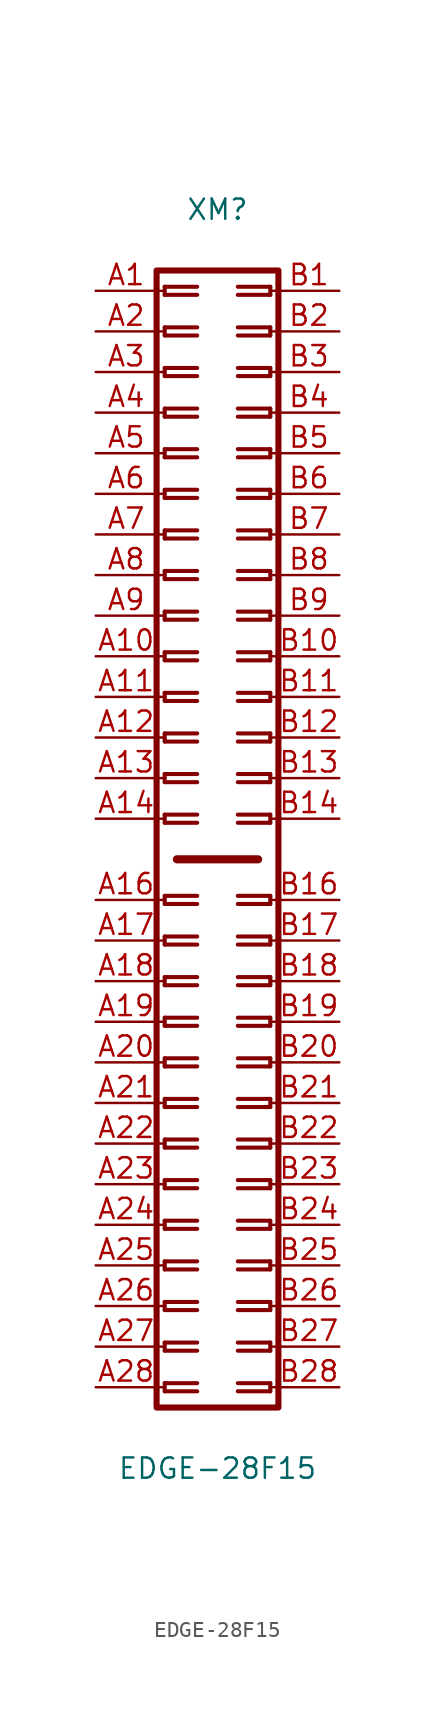
<source format=kicad_sym>
(kicad_symbol_lib
  (version 20231120)
  (generator "kicad_symbol_editor")
  (generator_version "8.0")
  (symbol "EDGE-28F15"
    (pin_names
      (offset 1.016))
    (property "Reference" "XM"
      (at 0 39.37 0)
      (effects (font (size 1.27 1.27))))
    (property "Value" "EDGE-28F15"
      (at 0 -39.37 0)
      (effects (font (size 1.27 1.27))))
    (symbol "EDGE-28F15_0_0"
      (polyline (pts (xy -2.54 -1.27) (xy 2.54 -1.27)) (stroke (width 0.508) (type default)) (fill (type none))))
    (symbol "EDGE-28F15_0_1"
      (rectangle (start -3.81 35.56) (end 3.81 -35.56) (stroke (width 0.381) (type default)) (fill (type none)))
      (polyline (pts (xy -3.81 -34.29) (xy -3.302 -34.29)) (stroke (width 0) (type default)) (fill (type none)))
      (polyline (pts (xy -3.81 -31.75) (xy -3.302 -31.75)) (stroke (width 0) (type default)) (fill (type none)))
      (polyline (pts (xy -3.81 -29.21) (xy -3.302 -29.21)) (stroke (width 0) (type default)) (fill (type none)))
      (polyline (pts (xy -3.81 -26.67) (xy -3.302 -26.67)) (stroke (width 0) (type default)) (fill (type none)))
      (polyline (pts (xy -3.81 -24.13) (xy -3.302 -24.13)) (stroke (width 0) (type default)) (fill (type none)))
      (polyline (pts (xy -3.81 -21.59) (xy -3.302 -21.59)) (stroke (width 0) (type default)) (fill (type none)))
      (polyline (pts (xy -3.81 -19.05) (xy -3.302 -19.05)) (stroke (width 0) (type default)) (fill (type none)))
      (polyline (pts (xy -3.81 -16.51) (xy -3.302 -16.51)) (stroke (width 0) (type default)) (fill (type none)))
      (polyline (pts (xy -3.81 -13.97) (xy -3.302 -13.97)) (stroke (width 0) (type default)) (fill (type none)))
      (polyline (pts (xy -3.81 -11.43) (xy -3.302 -11.43)) (stroke (width 0) (type default)) (fill (type none)))
      (polyline (pts (xy -3.81 -8.89) (xy -3.302 -8.89)) (stroke (width 0) (type default)) (fill (type none)))
      (polyline (pts (xy -3.81 -6.35) (xy -3.302 -6.35)) (stroke (width 0) (type default)) (fill (type none)))
      (polyline (pts (xy -3.81 -3.81) (xy -3.302 -3.81)) (stroke (width 0) (type default)) (fill (type none)))
      (polyline (pts (xy -3.81 1.27) (xy -3.302 1.27)) (stroke (width 0) (type default)) (fill (type none)))
      (polyline (pts (xy -3.81 3.81) (xy -3.302 3.81)) (stroke (width 0) (type default)) (fill (type none)))
      (polyline (pts (xy -3.81 6.35) (xy -3.302 6.35)) (stroke (width 0) (type default)) (fill (type none)))
      (polyline (pts (xy -3.81 8.89) (xy -3.302 8.89)) (stroke (width 0) (type default)) (fill (type none)))
      (polyline (pts (xy -3.81 11.43) (xy -3.302 11.43)) (stroke (width 0) (type default)) (fill (type none)))
      (polyline (pts (xy -3.81 13.97) (xy -3.302 13.97)) (stroke (width 0) (type default)) (fill (type none)))
      (polyline (pts (xy -3.81 16.51) (xy -3.302 16.51)) (stroke (width 0) (type default)) (fill (type none)))
      (polyline (pts (xy -3.81 19.05) (xy -3.302 19.05)) (stroke (width 0) (type default)) (fill (type none)))
      (polyline (pts (xy -3.81 21.59) (xy -3.302 21.59)) (stroke (width 0) (type default)) (fill (type none)))
      (polyline (pts (xy -3.81 24.13) (xy -3.302 24.13)) (stroke (width 0) (type default)) (fill (type none)))
      (polyline (pts (xy -3.81 26.67) (xy -3.302 26.67)) (stroke (width 0) (type default)) (fill (type none)))
      (polyline (pts (xy -3.81 29.21) (xy -3.302 29.21)) (stroke (width 0) (type default)) (fill (type none)))
      (polyline (pts (xy -3.81 31.75) (xy -3.302 31.75)) (stroke (width 0) (type default)) (fill (type none)))
      (polyline (pts (xy -3.81 34.29) (xy -3.302 34.29)) (stroke (width 0) (type default)) (fill (type none)))
      (polyline (pts (xy -3.302 -34.544) (xy -3.302 -34.036)) (stroke (width 0.254) (type default)) (fill (type none)))
      (polyline (pts (xy -3.302 -34.544) (xy -1.27 -34.544)) (stroke (width 0.254) (type default)) (fill (type none)))
      (polyline (pts (xy -3.302 -34.036) (xy -1.27 -34.036)) (stroke (width 0.254) (type default)) (fill (type none)))
      (polyline (pts (xy -3.302 -32.004) (xy -3.302 -31.496)) (stroke (width 0.254) (type default)) (fill (type none)))
      (polyline (pts (xy -3.302 -32.004) (xy -1.27 -32.004)) (stroke (width 0.254) (type default)) (fill (type none)))
      (polyline (pts (xy -3.302 -31.496) (xy -1.27 -31.496)) (stroke (width 0.254) (type default)) (fill (type none)))
      (polyline (pts (xy -3.302 -29.464) (xy -3.302 -28.956)) (stroke (width 0.254) (type default)) (fill (type none)))
      (polyline (pts (xy -3.302 -29.464) (xy -1.27 -29.464)) (stroke (width 0.254) (type default)) (fill (type none)))
      (polyline (pts (xy -3.302 -28.956) (xy -1.27 -28.956)) (stroke (width 0.254) (type default)) (fill (type none)))
      (polyline (pts (xy -3.302 -26.924) (xy -3.302 -26.416)) (stroke (width 0.254) (type default)) (fill (type none)))
      (polyline (pts (xy -3.302 -26.924) (xy -1.27 -26.924)) (stroke (width 0.254) (type default)) (fill (type none)))
      (polyline (pts (xy -3.302 -26.416) (xy -1.27 -26.416)) (stroke (width 0.254) (type default)) (fill (type none)))
      (polyline (pts (xy -3.302 -24.384) (xy -3.302 -23.876)) (stroke (width 0.254) (type default)) (fill (type none)))
      (polyline (pts (xy -3.302 -24.384) (xy -1.27 -24.384)) (stroke (width 0.254) (type default)) (fill (type none)))
      (polyline (pts (xy -3.302 -23.876) (xy -1.27 -23.876)) (stroke (width 0.254) (type default)) (fill (type none)))
      (polyline (pts (xy -3.302 -21.844) (xy -3.302 -21.336)) (stroke (width 0.254) (type default)) (fill (type none)))
      (polyline (pts (xy -3.302 -21.844) (xy -1.27 -21.844)) (stroke (width 0.254) (type default)) (fill (type none)))
      (polyline (pts (xy -3.302 -21.336) (xy -1.27 -21.336)) (stroke (width 0.254) (type default)) (fill (type none)))
      (polyline (pts (xy -3.302 -19.304) (xy -3.302 -18.796)) (stroke (width 0.254) (type default)) (fill (type none)))
      (polyline (pts (xy -3.302 -19.304) (xy -1.27 -19.304)) (stroke (width 0.254) (type default)) (fill (type none)))
      (polyline (pts (xy -3.302 -18.796) (xy -1.27 -18.796)) (stroke (width 0.254) (type default)) (fill (type none)))
      (polyline (pts (xy -3.302 -16.764) (xy -3.302 -16.256)) (stroke (width 0.254) (type default)) (fill (type none)))
      (polyline (pts (xy -3.302 -16.764) (xy -1.27 -16.764)) (stroke (width 0.254) (type default)) (fill (type none)))
      (polyline (pts (xy -3.302 -16.256) (xy -1.27 -16.256)) (stroke (width 0.254) (type default)) (fill (type none)))
      (polyline (pts (xy -3.302 -14.224) (xy -3.302 -13.716)) (stroke (width 0.254) (type default)) (fill (type none)))
      (polyline (pts (xy -3.302 -14.224) (xy -1.27 -14.224)) (stroke (width 0.254) (type default)) (fill (type none)))
      (polyline (pts (xy -3.302 -13.716) (xy -1.27 -13.716)) (stroke (width 0.254) (type default)) (fill (type none)))
      (polyline (pts (xy -3.302 -11.684) (xy -3.302 -11.176)) (stroke (width 0.254) (type default)) (fill (type none)))
      (polyline (pts (xy -3.302 -11.684) (xy -1.27 -11.684)) (stroke (width 0.254) (type default)) (fill (type none)))
      (polyline (pts (xy -3.302 -11.176) (xy -1.27 -11.176)) (stroke (width 0.254) (type default)) (fill (type none)))
      (polyline (pts (xy -3.302 -9.144) (xy -3.302 -8.636)) (stroke (width 0.254) (type default)) (fill (type none)))
      (polyline (pts (xy -3.302 -9.144) (xy -1.27 -9.144)) (stroke (width 0.254) (type default)) (fill (type none)))
      (polyline (pts (xy -3.302 -8.636) (xy -1.27 -8.636)) (stroke (width 0.254) (type default)) (fill (type none)))
      (polyline (pts (xy -3.302 -6.604) (xy -3.302 -6.096)) (stroke (width 0.254) (type default)) (fill (type none)))
      (polyline (pts (xy -3.302 -6.604) (xy -1.27 -6.604)) (stroke (width 0.254) (type default)) (fill (type none)))
      (polyline (pts (xy -3.302 -6.096) (xy -1.27 -6.096)) (stroke (width 0.254) (type default)) (fill (type none)))
      (polyline (pts (xy -3.302 -4.064) (xy -3.302 -3.556)) (stroke (width 0.254) (type default)) (fill (type none)))
      (polyline (pts (xy -3.302 -4.064) (xy -1.27 -4.064)) (stroke (width 0.254) (type default)) (fill (type none)))
      (polyline (pts (xy -3.302 -3.556) (xy -1.27 -3.556)) (stroke (width 0.254) (type default)) (fill (type none)))
      (polyline (pts (xy -3.302 1.016) (xy -3.302 1.524)) (stroke (width 0.254) (type default)) (fill (type none)))
      (polyline (pts (xy -3.302 1.016) (xy -1.27 1.016)) (stroke (width 0.254) (type default)) (fill (type none)))
      (polyline (pts (xy -3.302 1.524) (xy -1.27 1.524)) (stroke (width 0.254) (type default)) (fill (type none)))
      (polyline (pts (xy -3.302 3.556) (xy -3.302 4.064)) (stroke (width 0.254) (type default)) (fill (type none)))
      (polyline (pts (xy -3.302 3.556) (xy -1.27 3.556)) (stroke (width 0.254) (type default)) (fill (type none)))
      (polyline (pts (xy -3.302 4.064) (xy -1.27 4.064)) (stroke (width 0.254) (type default)) (fill (type none)))
      (polyline (pts (xy -3.302 6.096) (xy -3.302 6.604)) (stroke (width 0.254) (type default)) (fill (type none)))
      (polyline (pts (xy -3.302 6.096) (xy -1.27 6.096)) (stroke (width 0.254) (type default)) (fill (type none)))
      (polyline (pts (xy -3.302 6.604) (xy -1.27 6.604)) (stroke (width 0.254) (type default)) (fill (type none)))
      (polyline (pts (xy -3.302 8.636) (xy -3.302 9.144)) (stroke (width 0.254) (type default)) (fill (type none)))
      (polyline (pts (xy -3.302 8.636) (xy -1.27 8.636)) (stroke (width 0.254) (type default)) (fill (type none)))
      (polyline (pts (xy -3.302 9.144) (xy -1.27 9.144)) (stroke (width 0.254) (type default)) (fill (type none)))
      (polyline (pts (xy -3.302 11.176) (xy -3.302 11.684)) (stroke (width 0.254) (type default)) (fill (type none)))
      (polyline (pts (xy -3.302 11.176) (xy -1.27 11.176)) (stroke (width 0.254) (type default)) (fill (type none)))
      (polyline (pts (xy -3.302 11.684) (xy -1.27 11.684)) (stroke (width 0.254) (type default)) (fill (type none)))
      (polyline (pts (xy -3.302 13.716) (xy -3.302 14.224)) (stroke (width 0.254) (type default)) (fill (type none)))
      (polyline (pts (xy -3.302 13.716) (xy -1.27 13.716)) (stroke (width 0.254) (type default)) (fill (type none)))
      (polyline (pts (xy -3.302 14.224) (xy -1.27 14.224)) (stroke (width 0.254) (type default)) (fill (type none)))
      (polyline (pts (xy -3.302 16.256) (xy -3.302 16.764)) (stroke (width 0.254) (type default)) (fill (type none)))
      (polyline (pts (xy -3.302 16.256) (xy -1.27 16.256)) (stroke (width 0.254) (type default)) (fill (type none)))
      (polyline (pts (xy -3.302 16.764) (xy -1.27 16.764)) (stroke (width 0.254) (type default)) (fill (type none)))
      (polyline (pts (xy -3.302 18.796) (xy -3.302 19.304)) (stroke (width 0.254) (type default)) (fill (type none)))
      (polyline (pts (xy -3.302 18.796) (xy -1.27 18.796)) (stroke (width 0.254) (type default)) (fill (type none)))
      (polyline (pts (xy -3.302 19.304) (xy -1.27 19.304)) (stroke (width 0.254) (type default)) (fill (type none)))
      (polyline (pts (xy -3.302 21.336) (xy -3.302 21.844)) (stroke (width 0.254) (type default)) (fill (type none)))
      (polyline (pts (xy -3.302 21.336) (xy -1.27 21.336)) (stroke (width 0.254) (type default)) (fill (type none)))
      (polyline (pts (xy -3.302 21.844) (xy -1.27 21.844)) (stroke (width 0.254) (type default)) (fill (type none)))
      (polyline (pts (xy -3.302 23.876) (xy -3.302 24.384)) (stroke (width 0.254) (type default)) (fill (type none)))
      (polyline (pts (xy -3.302 23.876) (xy -1.27 23.876)) (stroke (width 0.254) (type default)) (fill (type none)))
      (polyline (pts (xy -3.302 24.384) (xy -1.27 24.384)) (stroke (width 0.254) (type default)) (fill (type none)))
      (polyline (pts (xy -3.302 26.416) (xy -3.302 26.924)) (stroke (width 0.254) (type default)) (fill (type none)))
      (polyline (pts (xy -3.302 26.416) (xy -1.27 26.416)) (stroke (width 0.254) (type default)) (fill (type none)))
      (polyline (pts (xy -3.302 26.924) (xy -1.27 26.924)) (stroke (width 0.254) (type default)) (fill (type none)))
      (polyline (pts (xy -3.302 28.956) (xy -3.302 29.464)) (stroke (width 0.254) (type default)) (fill (type none)))
      (polyline (pts (xy -3.302 28.956) (xy -1.27 28.956)) (stroke (width 0.254) (type default)) (fill (type none)))
      (polyline (pts (xy -3.302 29.464) (xy -1.27 29.464)) (stroke (width 0.254) (type default)) (fill (type none)))
      (polyline (pts (xy -3.302 31.496) (xy -3.302 32.004)) (stroke (width 0.254) (type default)) (fill (type none)))
      (polyline (pts (xy -3.302 31.496) (xy -1.27 31.496)) (stroke (width 0.254) (type default)) (fill (type none)))
      (polyline (pts (xy -3.302 32.004) (xy -1.27 32.004)) (stroke (width 0.254) (type default)) (fill (type none)))
      (polyline (pts (xy -3.302 34.036) (xy -3.302 34.544)) (stroke (width 0.254) (type default)) (fill (type none)))
      (polyline (pts (xy -3.302 34.036) (xy -1.27 34.036)) (stroke (width 0.254) (type default)) (fill (type none)))
      (polyline (pts (xy -3.302 34.544) (xy -1.27 34.544)) (stroke (width 0.254) (type default)) (fill (type none)))
      (polyline (pts (xy 3.302 -34.544) (xy 1.27 -34.544)) (stroke (width 0.254) (type default)) (fill (type none)))
      (polyline (pts (xy 3.302 -34.544) (xy 3.302 -34.036)) (stroke (width 0.254) (type default)) (fill (type none)))
      (polyline (pts (xy 3.302 -34.036) (xy 1.27 -34.036)) (stroke (width 0.254) (type default)) (fill (type none)))
      (polyline (pts (xy 3.302 -32.004) (xy 1.27 -32.004)) (stroke (width 0.254) (type default)) (fill (type none)))
      (polyline (pts (xy 3.302 -32.004) (xy 3.302 -31.496)) (stroke (width 0.254) (type default)) (fill (type none)))
      (polyline (pts (xy 3.302 -31.496) (xy 1.27 -31.496)) (stroke (width 0.254) (type default)) (fill (type none)))
      (polyline (pts (xy 3.302 -29.464) (xy 1.27 -29.464)) (stroke (width 0.254) (type default)) (fill (type none)))
      (polyline (pts (xy 3.302 -29.464) (xy 3.302 -28.956)) (stroke (width 0.254) (type default)) (fill (type none)))
      (polyline (pts (xy 3.302 -28.956) (xy 1.27 -28.956)) (stroke (width 0.254) (type default)) (fill (type none)))
      (polyline (pts (xy 3.302 -26.924) (xy 1.27 -26.924)) (stroke (width 0.254) (type default)) (fill (type none)))
      (polyline (pts (xy 3.302 -26.924) (xy 3.302 -26.416)) (stroke (width 0.254) (type default)) (fill (type none)))
      (polyline (pts (xy 3.302 -26.416) (xy 1.27 -26.416)) (stroke (width 0.254) (type default)) (fill (type none)))
      (polyline (pts (xy 3.302 -24.384) (xy 1.27 -24.384)) (stroke (width 0.254) (type default)) (fill (type none)))
      (polyline (pts (xy 3.302 -24.384) (xy 3.302 -23.876)) (stroke (width 0.254) (type default)) (fill (type none)))
      (polyline (pts (xy 3.302 -23.876) (xy 1.27 -23.876)) (stroke (width 0.254) (type default)) (fill (type none)))
      (polyline (pts (xy 3.302 -21.844) (xy 1.27 -21.844)) (stroke (width 0.254) (type default)) (fill (type none)))
      (polyline (pts (xy 3.302 -21.844) (xy 3.302 -21.336)) (stroke (width 0.254) (type default)) (fill (type none)))
      (polyline (pts (xy 3.302 -21.336) (xy 1.27 -21.336)) (stroke (width 0.254) (type default)) (fill (type none)))
      (polyline (pts (xy 3.302 -19.304) (xy 1.27 -19.304)) (stroke (width 0.254) (type default)) (fill (type none)))
      (polyline (pts (xy 3.302 -19.304) (xy 3.302 -18.796)) (stroke (width 0.254) (type default)) (fill (type none)))
      (polyline (pts (xy 3.302 -18.796) (xy 1.27 -18.796)) (stroke (width 0.254) (type default)) (fill (type none)))
      (polyline (pts (xy 3.302 -16.764) (xy 1.27 -16.764)) (stroke (width 0.254) (type default)) (fill (type none)))
      (polyline (pts (xy 3.302 -16.764) (xy 3.302 -16.256)) (stroke (width 0.254) (type default)) (fill (type none)))
      (polyline (pts (xy 3.302 -16.256) (xy 1.27 -16.256)) (stroke (width 0.254) (type default)) (fill (type none)))
      (polyline (pts (xy 3.302 -14.224) (xy 1.27 -14.224)) (stroke (width 0.254) (type default)) (fill (type none)))
      (polyline (pts (xy 3.302 -14.224) (xy 3.302 -13.716)) (stroke (width 0.254) (type default)) (fill (type none)))
      (polyline (pts (xy 3.302 -13.716) (xy 1.27 -13.716)) (stroke (width 0.254) (type default)) (fill (type none)))
      (polyline (pts (xy 3.302 -11.684) (xy 1.27 -11.684)) (stroke (width 0.254) (type default)) (fill (type none)))
      (polyline (pts (xy 3.302 -11.684) (xy 3.302 -11.176)) (stroke (width 0.254) (type default)) (fill (type none)))
      (polyline (pts (xy 3.302 -11.176) (xy 1.27 -11.176)) (stroke (width 0.254) (type default)) (fill (type none)))
      (polyline (pts (xy 3.302 -9.144) (xy 1.27 -9.144)) (stroke (width 0.254) (type default)) (fill (type none)))
      (polyline (pts (xy 3.302 -9.144) (xy 3.302 -8.636)) (stroke (width 0.254) (type default)) (fill (type none)))
      (polyline (pts (xy 3.302 -8.636) (xy 1.27 -8.636)) (stroke (width 0.254) (type default)) (fill (type none)))
      (polyline (pts (xy 3.302 -6.604) (xy 1.27 -6.604)) (stroke (width 0.254) (type default)) (fill (type none)))
      (polyline (pts (xy 3.302 -6.604) (xy 3.302 -6.096)) (stroke (width 0.254) (type default)) (fill (type none)))
      (polyline (pts (xy 3.302 -6.096) (xy 1.27 -6.096)) (stroke (width 0.254) (type default)) (fill (type none)))
      (polyline (pts (xy 3.302 -4.064) (xy 1.27 -4.064)) (stroke (width 0.254) (type default)) (fill (type none)))
      (polyline (pts (xy 3.302 -4.064) (xy 3.302 -3.556)) (stroke (width 0.254) (type default)) (fill (type none)))
      (polyline (pts (xy 3.302 -3.556) (xy 1.27 -3.556)) (stroke (width 0.254) (type default)) (fill (type none)))
      (polyline (pts (xy 3.302 1.016) (xy 1.27 1.016)) (stroke (width 0.254) (type default)) (fill (type none)))
      (polyline (pts (xy 3.302 1.016) (xy 3.302 1.524)) (stroke (width 0.254) (type default)) (fill (type none)))
      (polyline (pts (xy 3.302 1.524) (xy 1.27 1.524)) (stroke (width 0.254) (type default)) (fill (type none)))
      (polyline (pts (xy 3.302 3.556) (xy 1.27 3.556)) (stroke (width 0.254) (type default)) (fill (type none)))
      (polyline (pts (xy 3.302 3.556) (xy 3.302 4.064)) (stroke (width 0.254) (type default)) (fill (type none)))
      (polyline (pts (xy 3.302 4.064) (xy 1.27 4.064)) (stroke (width 0.254) (type default)) (fill (type none)))
      (polyline (pts (xy 3.302 6.096) (xy 1.27 6.096)) (stroke (width 0.254) (type default)) (fill (type none)))
      (polyline (pts (xy 3.302 6.096) (xy 3.302 6.604)) (stroke (width 0.254) (type default)) (fill (type none)))
      (polyline (pts (xy 3.302 6.604) (xy 1.27 6.604)) (stroke (width 0.254) (type default)) (fill (type none)))
      (polyline (pts (xy 3.302 8.636) (xy 1.27 8.636)) (stroke (width 0.254) (type default)) (fill (type none)))
      (polyline (pts (xy 3.302 8.636) (xy 3.302 9.144)) (stroke (width 0.254) (type default)) (fill (type none)))
      (polyline (pts (xy 3.302 9.144) (xy 1.27 9.144)) (stroke (width 0.254) (type default)) (fill (type none)))
      (polyline (pts (xy 3.302 11.176) (xy 1.27 11.176)) (stroke (width 0.254) (type default)) (fill (type none)))
      (polyline (pts (xy 3.302 11.176) (xy 3.302 11.684)) (stroke (width 0.254) (type default)) (fill (type none)))
      (polyline (pts (xy 3.302 11.684) (xy 1.27 11.684)) (stroke (width 0.254) (type default)) (fill (type none)))
      (polyline (pts (xy 3.302 13.716) (xy 1.27 13.716)) (stroke (width 0.254) (type default)) (fill (type none)))
      (polyline (pts (xy 3.302 13.716) (xy 3.302 14.224)) (stroke (width 0.254) (type default)) (fill (type none)))
      (polyline (pts (xy 3.302 14.224) (xy 1.27 14.224)) (stroke (width 0.254) (type default)) (fill (type none)))
      (polyline (pts (xy 3.302 16.256) (xy 1.27 16.256)) (stroke (width 0.254) (type default)) (fill (type none)))
      (polyline (pts (xy 3.302 16.256) (xy 3.302 16.764)) (stroke (width 0.254) (type default)) (fill (type none)))
      (polyline (pts (xy 3.302 16.764) (xy 1.27 16.764)) (stroke (width 0.254) (type default)) (fill (type none)))
      (polyline (pts (xy 3.302 18.796) (xy 1.27 18.796)) (stroke (width 0.254) (type default)) (fill (type none)))
      (polyline (pts (xy 3.302 18.796) (xy 3.302 19.304)) (stroke (width 0.254) (type default)) (fill (type none)))
      (polyline (pts (xy 3.302 19.304) (xy 1.27 19.304)) (stroke (width 0.254) (type default)) (fill (type none)))
      (polyline (pts (xy 3.302 21.336) (xy 1.27 21.336)) (stroke (width 0.254) (type default)) (fill (type none)))
      (polyline (pts (xy 3.302 21.336) (xy 3.302 21.844)) (stroke (width 0.254) (type default)) (fill (type none)))
      (polyline (pts (xy 3.302 21.844) (xy 1.27 21.844)) (stroke (width 0.254) (type default)) (fill (type none)))
      (polyline (pts (xy 3.302 23.876) (xy 1.27 23.876)) (stroke (width 0.254) (type default)) (fill (type none)))
      (polyline (pts (xy 3.302 23.876) (xy 3.302 24.384)) (stroke (width 0.254) (type default)) (fill (type none)))
      (polyline (pts (xy 3.302 24.384) (xy 1.27 24.384)) (stroke (width 0.254) (type default)) (fill (type none)))
      (polyline (pts (xy 3.302 26.416) (xy 1.27 26.416)) (stroke (width 0.254) (type default)) (fill (type none)))
      (polyline (pts (xy 3.302 26.416) (xy 3.302 26.924)) (stroke (width 0.254) (type default)) (fill (type none)))
      (polyline (pts (xy 3.302 26.924) (xy 1.27 26.924)) (stroke (width 0.254) (type default)) (fill (type none)))
      (polyline (pts (xy 3.302 28.956) (xy 1.27 28.956)) (stroke (width 0.254) (type default)) (fill (type none)))
      (polyline (pts (xy 3.302 28.956) (xy 3.302 29.464)) (stroke (width 0.254) (type default)) (fill (type none)))
      (polyline (pts (xy 3.302 29.464) (xy 1.27 29.464)) (stroke (width 0.254) (type default)) (fill (type none)))
      (polyline (pts (xy 3.302 31.496) (xy 1.27 31.496)) (stroke (width 0.254) (type default)) (fill (type none)))
      (polyline (pts (xy 3.302 31.496) (xy 3.302 32.004)) (stroke (width 0.254) (type default)) (fill (type none)))
      (polyline (pts (xy 3.302 32.004) (xy 1.27 32.004)) (stroke (width 0.254) (type default)) (fill (type none)))
      (polyline (pts (xy 3.302 34.036) (xy 1.27 34.036)) (stroke (width 0.254) (type default)) (fill (type none)))
      (polyline (pts (xy 3.302 34.036) (xy 3.302 34.544)) (stroke (width 0.254) (type default)) (fill (type none)))
      (polyline (pts (xy 3.302 34.544) (xy 1.27 34.544)) (stroke (width 0.254) (type default)) (fill (type none)))
      (polyline (pts (xy 3.81 -34.29) (xy 3.302 -34.29)) (stroke (width 0) (type default)) (fill (type none)))
      (polyline (pts (xy 3.81 -31.75) (xy 3.302 -31.75)) (stroke (width 0) (type default)) (fill (type none)))
      (polyline (pts (xy 3.81 -29.21) (xy 3.302 -29.21)) (stroke (width 0) (type default)) (fill (type none)))
      (polyline (pts (xy 3.81 -26.67) (xy 3.302 -26.67)) (stroke (width 0) (type default)) (fill (type none)))
      (polyline (pts (xy 3.81 -24.13) (xy 3.302 -24.13)) (stroke (width 0) (type default)) (fill (type none)))
      (polyline (pts (xy 3.81 -21.59) (xy 3.302 -21.59)) (stroke (width 0) (type default)) (fill (type none)))
      (polyline (pts (xy 3.81 -19.05) (xy 3.302 -19.05)) (stroke (width 0) (type default)) (fill (type none)))
      (polyline (pts (xy 3.81 -16.51) (xy 3.302 -16.51)) (stroke (width 0) (type default)) (fill (type none)))
      (polyline (pts (xy 3.81 -13.97) (xy 3.302 -13.97)) (stroke (width 0) (type default)) (fill (type none)))
      (polyline (pts (xy 3.81 -11.43) (xy 3.302 -11.43)) (stroke (width 0) (type default)) (fill (type none)))
      (polyline (pts (xy 3.81 -8.89) (xy 3.302 -8.89)) (stroke (width 0) (type default)) (fill (type none)))
      (polyline (pts (xy 3.81 -6.35) (xy 3.302 -6.35)) (stroke (width 0) (type default)) (fill (type none)))
      (polyline (pts (xy 3.81 -3.81) (xy 3.302 -3.81)) (stroke (width 0) (type default)) (fill (type none)))
      (polyline (pts (xy 3.81 1.27) (xy 3.302 1.27)) (stroke (width 0) (type default)) (fill (type none)))
      (polyline (pts (xy 3.81 3.81) (xy 3.302 3.81)) (stroke (width 0) (type default)) (fill (type none)))
      (polyline (pts (xy 3.81 6.35) (xy 3.302 6.35)) (stroke (width 0) (type default)) (fill (type none)))
      (polyline (pts (xy 3.81 8.89) (xy 3.302 8.89)) (stroke (width 0) (type default)) (fill (type none)))
      (polyline (pts (xy 3.81 11.43) (xy 3.302 11.43)) (stroke (width 0) (type default)) (fill (type none)))
      (polyline (pts (xy 3.81 13.97) (xy 3.302 13.97)) (stroke (width 0) (type default)) (fill (type none)))
      (polyline (pts (xy 3.81 16.51) (xy 3.302 16.51)) (stroke (width 0) (type default)) (fill (type none)))
      (polyline (pts (xy 3.81 19.05) (xy 3.302 19.05)) (stroke (width 0) (type default)) (fill (type none)))
      (polyline (pts (xy 3.81 21.59) (xy 3.302 21.59)) (stroke (width 0) (type default)) (fill (type none)))
      (polyline (pts (xy 3.81 24.13) (xy 3.302 24.13)) (stroke (width 0) (type default)) (fill (type none)))
      (polyline (pts (xy 3.81 26.67) (xy 3.302 26.67)) (stroke (width 0) (type default)) (fill (type none)))
      (polyline (pts (xy 3.81 29.21) (xy 3.302 29.21)) (stroke (width 0) (type default)) (fill (type none)))
      (polyline (pts (xy 3.81 31.75) (xy 3.302 31.75)) (stroke (width 0) (type default)) (fill (type none)))
      (polyline (pts (xy 3.81 34.29) (xy 3.302 34.29)) (stroke (width 0) (type default)) (fill (type none))))
    (symbol "EDGE-28F15_1_1"
      (pin passive line (at -7.62 34.29 0) (length 3.81) (name "~" (effects (font (size 1.27 1.27)))) (number "A1" (effects (font (size 1.27 1.27)))))
      (pin passive line (at -7.62 11.43 0) (length 3.81) (name "~" (effects (font (size 1.27 1.27)))) (number "A10" (effects (font (size 1.27 1.27)))))
      (pin passive line (at -7.62 8.89 0) (length 3.81) (name "~" (effects (font (size 1.27 1.27)))) (number "A11" (effects (font (size 1.27 1.27)))))
      (pin passive line (at -7.62 6.35 0) (length 3.81) (name "~" (effects (font (size 1.27 1.27)))) (number "A12" (effects (font (size 1.27 1.27)))))
      (pin passive line (at -7.62 3.81 0) (length 3.81) (name "~" (effects (font (size 1.27 1.27)))) (number "A13" (effects (font (size 1.27 1.27)))))
      (pin passive line (at -7.62 1.27 0) (length 3.81) (name "~" (effects (font (size 1.27 1.27)))) (number "A14" (effects (font (size 1.27 1.27)))))
      (pin passive line (at -7.62 -3.81 0) (length 3.81) (name "~" (effects (font (size 1.27 1.27)))) (number "A16" (effects (font (size 1.27 1.27)))))
      (pin passive line (at -7.62 -6.35 0) (length 3.81) (name "~" (effects (font (size 1.27 1.27)))) (number "A17" (effects (font (size 1.27 1.27)))))
      (pin passive line (at -7.62 -8.89 0) (length 3.81) (name "~" (effects (font (size 1.27 1.27)))) (number "A18" (effects (font (size 1.27 1.27)))))
      (pin passive line (at -7.62 -11.43 0) (length 3.81) (name "~" (effects (font (size 1.27 1.27)))) (number "A19" (effects (font (size 1.27 1.27)))))
      (pin passive line (at -7.62 31.75 0) (length 3.81) (name "~" (effects (font (size 1.27 1.27)))) (number "A2" (effects (font (size 1.27 1.27)))))
      (pin passive line (at -7.62 -13.97 0) (length 3.81) (name "~" (effects (font (size 1.27 1.27)))) (number "A20" (effects (font (size 1.27 1.27)))))
      (pin passive line (at -7.62 -16.51 0) (length 3.81) (name "~" (effects (font (size 1.27 1.27)))) (number "A21" (effects (font (size 1.27 1.27)))))
      (pin passive line (at -7.62 -19.05 0) (length 3.81) (name "~" (effects (font (size 1.27 1.27)))) (number "A22" (effects (font (size 1.27 1.27)))))
      (pin passive line (at -7.62 -21.59 0) (length 3.81) (name "~" (effects (font (size 1.27 1.27)))) (number "A23" (effects (font (size 1.27 1.27)))))
      (pin passive line (at -7.62 -24.13 0) (length 3.81) (name "~" (effects (font (size 1.27 1.27)))) (number "A24" (effects (font (size 1.27 1.27)))))
      (pin passive line (at -7.62 -26.67 0) (length 3.81) (name "~" (effects (font (size 1.27 1.27)))) (number "A25" (effects (font (size 1.27 1.27)))))
      (pin passive line (at -7.62 -29.21 0) (length 3.81) (name "~" (effects (font (size 1.27 1.27)))) (number "A26" (effects (font (size 1.27 1.27)))))
      (pin passive line (at -7.62 -31.75 0) (length 3.81) (name "~" (effects (font (size 1.27 1.27)))) (number "A27" (effects (font (size 1.27 1.27)))))
      (pin passive line (at -7.62 -34.29 0) (length 3.81) (name "~" (effects (font (size 1.27 1.27)))) (number "A28" (effects (font (size 1.27 1.27)))))
      (pin passive line (at -7.62 29.21 0) (length 3.81) (name "~" (effects (font (size 1.27 1.27)))) (number "A3" (effects (font (size 1.27 1.27)))))
      (pin passive line (at -7.62 26.67 0) (length 3.81) (name "~" (effects (font (size 1.27 1.27)))) (number "A4" (effects (font (size 1.27 1.27)))))
      (pin passive line (at -7.62 24.13 0) (length 3.81) (name "~" (effects (font (size 1.27 1.27)))) (number "A5" (effects (font (size 1.27 1.27)))))
      (pin passive line (at -7.62 21.59 0) (length 3.81) (name "~" (effects (font (size 1.27 1.27)))) (number "A6" (effects (font (size 1.27 1.27)))))
      (pin passive line (at -7.62 19.05 0) (length 3.81) (name "~" (effects (font (size 1.27 1.27)))) (number "A7" (effects (font (size 1.27 1.27)))))
      (pin passive line (at -7.62 16.51 0) (length 3.81) (name "~" (effects (font (size 1.27 1.27)))) (number "A8" (effects (font (size 1.27 1.27)))))
      (pin passive line (at -7.62 13.97 0) (length 3.81) (name "~" (effects (font (size 1.27 1.27)))) (number "A9" (effects (font (size 1.27 1.27)))))
      (pin passive line (at 7.62 34.29 180) (length 3.81) (name "~" (effects (font (size 1.27 1.27)))) (number "B1" (effects (font (size 1.27 1.27)))))
      (pin passive line (at 7.62 11.43 180) (length 3.81) (name "~" (effects (font (size 1.27 1.27)))) (number "B10" (effects (font (size 1.27 1.27)))))
      (pin passive line (at 7.62 8.89 180) (length 3.81) (name "~" (effects (font (size 1.27 1.27)))) (number "B11" (effects (font (size 1.27 1.27)))))
      (pin passive line (at 7.62 6.35 180) (length 3.81) (name "~" (effects (font (size 1.27 1.27)))) (number "B12" (effects (font (size 1.27 1.27)))))
      (pin passive line (at 7.62 3.81 180) (length 3.81) (name "~" (effects (font (size 1.27 1.27)))) (number "B13" (effects (font (size 1.27 1.27)))))
      (pin passive line (at 7.62 1.27 180) (length 3.81) (name "~" (effects (font (size 1.27 1.27)))) (number "B14" (effects (font (size 1.27 1.27)))))
      (pin passive line (at 7.62 -3.81 180) (length 3.81) (name "~" (effects (font (size 1.27 1.27)))) (number "B16" (effects (font (size 1.27 1.27)))))
      (pin passive line (at 7.62 -6.35 180) (length 3.81) (name "~" (effects (font (size 1.27 1.27)))) (number "B17" (effects (font (size 1.27 1.27)))))
      (pin passive line (at 7.62 -8.89 180) (length 3.81) (name "~" (effects (font (size 1.27 1.27)))) (number "B18" (effects (font (size 1.27 1.27)))))
      (pin passive line (at 7.62 -11.43 180) (length 3.81) (name "~" (effects (font (size 1.27 1.27)))) (number "B19" (effects (font (size 1.27 1.27)))))
      (pin passive line (at 7.62 31.75 180) (length 3.81) (name "~" (effects (font (size 1.27 1.27)))) (number "B2" (effects (font (size 1.27 1.27)))))
      (pin passive line (at 7.62 -13.97 180) (length 3.81) (name "~" (effects (font (size 1.27 1.27)))) (number "B20" (effects (font (size 1.27 1.27)))))
      (pin passive line (at 7.62 -16.51 180) (length 3.81) (name "~" (effects (font (size 1.27 1.27)))) (number "B21" (effects (font (size 1.27 1.27)))))
      (pin passive line (at 7.62 -19.05 180) (length 3.81) (name "~" (effects (font (size 1.27 1.27)))) (number "B22" (effects (font (size 1.27 1.27)))))
      (pin passive line (at 7.62 -21.59 180) (length 3.81) (name "~" (effects (font (size 1.27 1.27)))) (number "B23" (effects (font (size 1.27 1.27)))))
      (pin passive line (at 7.62 -24.13 180) (length 3.81) (name "~" (effects (font (size 1.27 1.27)))) (number "B24" (effects (font (size 1.27 1.27)))))
      (pin passive line (at 7.62 -26.67 180) (length 3.81) (name "~" (effects (font (size 1.27 1.27)))) (number "B25" (effects (font (size 1.27 1.27)))))
      (pin passive line (at 7.62 -29.21 180) (length 3.81) (name "~" (effects (font (size 1.27 1.27)))) (number "B26" (effects (font (size 1.27 1.27)))))
      (pin passive line (at 7.62 -31.75 180) (length 3.81) (name "~" (effects (font (size 1.27 1.27)))) (number "B27" (effects (font (size 1.27 1.27)))))
      (pin passive line (at 7.62 -34.29 180) (length 3.81) (name "~" (effects (font (size 1.27 1.27)))) (number "B28" (effects (font (size 1.27 1.27)))))
      (pin passive line (at 7.62 29.21 180) (length 3.81) (name "~" (effects (font (size 1.27 1.27)))) (number "B3" (effects (font (size 1.27 1.27)))))
      (pin passive line (at 7.62 26.67 180) (length 3.81) (name "~" (effects (font (size 1.27 1.27)))) (number "B4" (effects (font (size 1.27 1.27)))))
      (pin passive line (at 7.62 24.13 180) (length 3.81) (name "~" (effects (font (size 1.27 1.27)))) (number "B5" (effects (font (size 1.27 1.27)))))
      (pin passive line (at 7.62 21.59 180) (length 3.81) (name "~" (effects (font (size 1.27 1.27)))) (number "B6" (effects (font (size 1.27 1.27)))))
      (pin passive line (at 7.62 19.05 180) (length 3.81) (name "~" (effects (font (size 1.27 1.27)))) (number "B7" (effects (font (size 1.27 1.27)))))
      (pin passive line (at 7.62 16.51 180) (length 3.81) (name "~" (effects (font (size 1.27 1.27)))) (number "B8" (effects (font (size 1.27 1.27)))))
      (pin passive line (at 7.62 13.97 180) (length 3.81) (name "~" (effects (font (size 1.27 1.27)))) (number "B9" (effects (font (size 1.27 1.27))))))))
</source>
